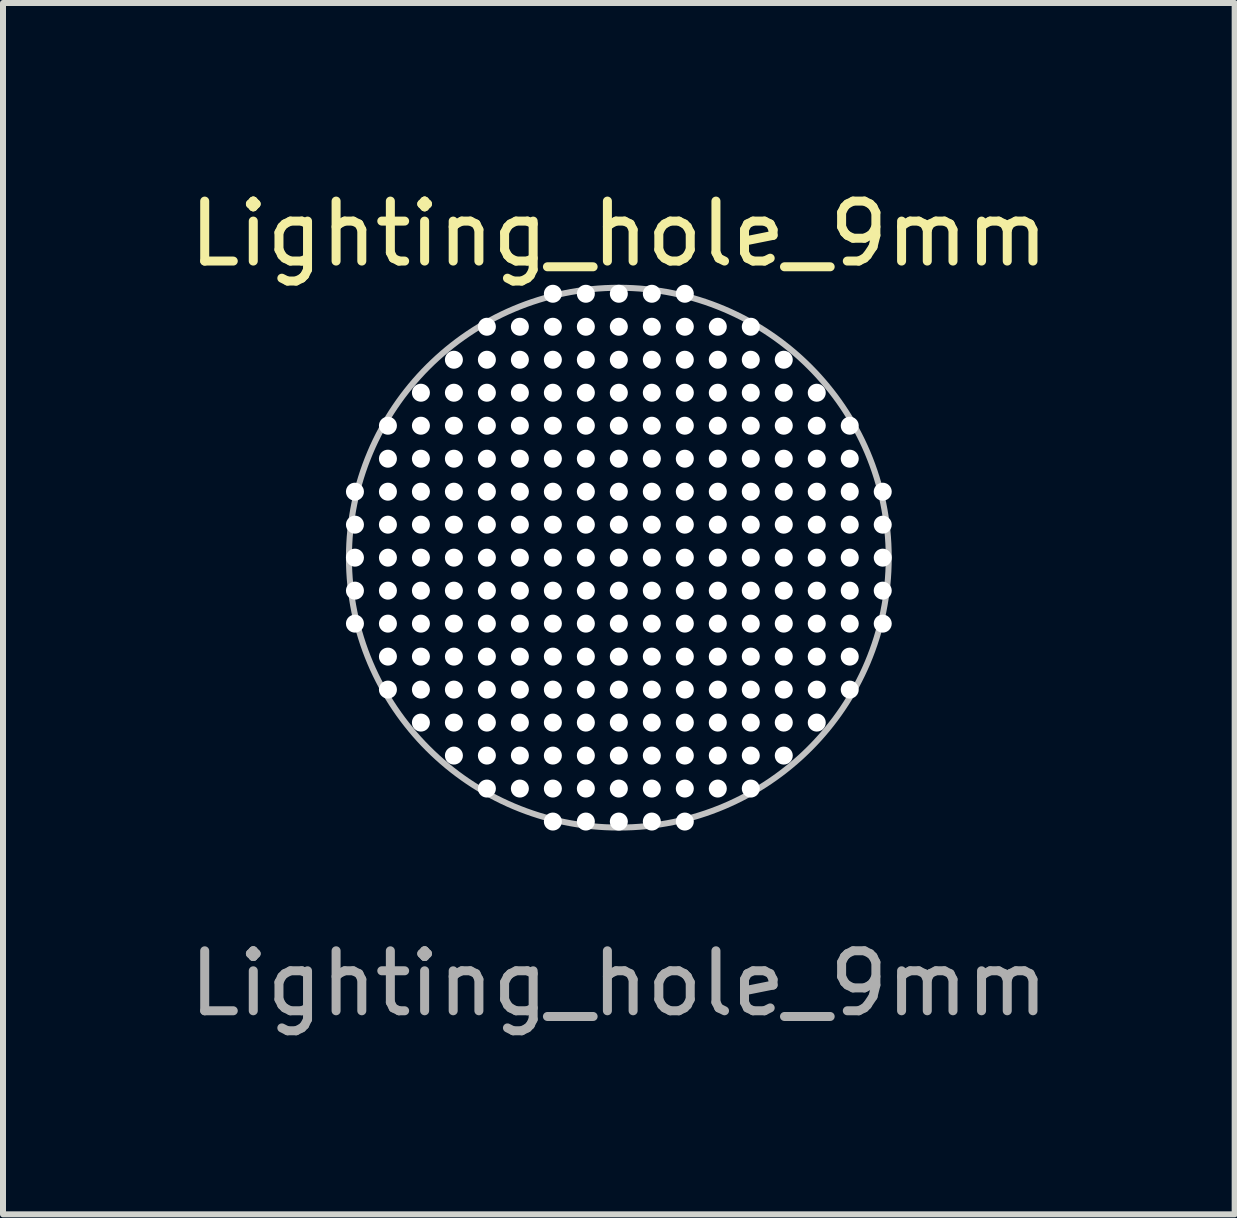
<source format=kicad_pcb>
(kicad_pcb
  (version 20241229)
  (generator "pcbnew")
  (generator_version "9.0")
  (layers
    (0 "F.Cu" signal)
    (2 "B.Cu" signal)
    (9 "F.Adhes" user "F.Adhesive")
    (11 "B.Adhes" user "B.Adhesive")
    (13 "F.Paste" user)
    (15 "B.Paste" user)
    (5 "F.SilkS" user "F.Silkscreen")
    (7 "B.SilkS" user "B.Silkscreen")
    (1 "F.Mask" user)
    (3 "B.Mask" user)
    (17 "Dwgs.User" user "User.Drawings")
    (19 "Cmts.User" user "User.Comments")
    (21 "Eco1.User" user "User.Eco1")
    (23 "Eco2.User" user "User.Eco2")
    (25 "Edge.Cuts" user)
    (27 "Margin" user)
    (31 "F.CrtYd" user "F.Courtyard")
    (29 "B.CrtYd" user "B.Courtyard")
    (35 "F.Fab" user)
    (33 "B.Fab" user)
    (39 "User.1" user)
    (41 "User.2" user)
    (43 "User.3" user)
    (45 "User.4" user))
  (footprint "Lighting_hole_9mm"
    (layer "F.Cu")
    (at 7.268 6.248)
    (property "Reference" "Lighting_hole_9mm" (at 0 -5.4 0) (unlocked yes) (layer "F.SilkS") (effects (font (size 1 1) (thickness 0.15))))
    (attr through_hole)
    (fp_circle (center 0 0) (end 4.5 0) (stroke (width 0.1) (type default)) (fill no) (layer "Dwgs.User"))
    (fp_text user "${REFERENCE}" (at 0 7.1 0) (unlocked yes) (layer "F.Fab") (effects (font (size 1 1) (thickness 0.15))))
    (pad "" np_thru_hole circle (at -4.4 -1.1 90) (size 0.3 0.3) (drill 0.3) (layers "*.Cu" "*.Mask"))
    (pad "" np_thru_hole circle (at -4.4 -0.55 180) (size 0.3 0.3) (drill 0.3) (layers "*.Cu" "*.Mask"))
    (pad "" np_thru_hole circle (at -4.4 0) (size 0.3 0.3) (drill 0.3) (layers "*.Cu" "*.Mask"))
    (pad "" np_thru_hole circle (at -4.4 0.55) (size 0.3 0.3) (drill 0.3) (layers "*.Cu" "*.Mask"))
    (pad "" np_thru_hole circle (at -4.4 1.1 90) (size 0.3 0.3) (drill 0.3) (layers "*.Cu" "*.Mask"))
    (pad "" np_thru_hole circle (at -3.85 -2.2 90) (size 0.3 0.3) (drill 0.3) (layers "*.Cu" "*.Mask"))
    (pad "" np_thru_hole circle (at -3.85 -1.65 180) (size 0.3 0.3) (drill 0.3) (layers "*.Cu" "*.Mask"))
    (pad "" np_thru_hole circle (at -3.85 -1.1 180) (size 0.3 0.3) (drill 0.3) (layers "*.Cu" "*.Mask"))
    (pad "" np_thru_hole circle (at -3.85 -0.55 180) (size 0.3 0.3) (drill 0.3) (layers "*.Cu" "*.Mask"))
    (pad "" np_thru_hole circle (at -3.85 0) (size 0.3 0.3) (drill 0.3) (layers "*.Cu" "*.Mask"))
    (pad "" np_thru_hole circle (at -3.85 0.55) (size 0.3 0.3) (drill 0.3) (layers "*.Cu" "*.Mask"))
    (pad "" np_thru_hole circle (at -3.85 1.1) (size 0.3 0.3) (drill 0.3) (layers "*.Cu" "*.Mask"))
    (pad "" np_thru_hole circle (at -3.85 1.65) (size 0.3 0.3) (drill 0.3) (layers "*.Cu" "*.Mask"))
    (pad "" np_thru_hole circle (at -3.85 2.2 90) (size 0.3 0.3) (drill 0.3) (layers "*.Cu" "*.Mask"))
    (pad "" np_thru_hole circle (at -3.3 -2.75 180) (size 0.3 0.3) (drill 0.3) (layers "*.Cu" "*.Mask"))
    (pad "" np_thru_hole circle (at -3.3 -2.2 180) (size 0.3 0.3) (drill 0.3) (layers "*.Cu" "*.Mask"))
    (pad "" np_thru_hole circle (at -3.3 -1.65 180) (size 0.3 0.3) (drill 0.3) (layers "*.Cu" "*.Mask"))
    (pad "" np_thru_hole circle (at -3.3 -1.1 180) (size 0.3 0.3) (drill 0.3) (layers "*.Cu" "*.Mask"))
    (pad "" np_thru_hole circle (at -3.3 -0.55 180) (size 0.3 0.3) (drill 0.3) (layers "*.Cu" "*.Mask"))
    (pad "" np_thru_hole circle (at -3.3 0) (size 0.3 0.3) (drill 0.3) (layers "*.Cu" "*.Mask"))
    (pad "" np_thru_hole circle (at -3.3 0.55) (size 0.3 0.3) (drill 0.3) (layers "*.Cu" "*.Mask"))
    (pad "" np_thru_hole circle (at -3.3 1.1) (size 0.3 0.3) (drill 0.3) (layers "*.Cu" "*.Mask"))
    (pad "" np_thru_hole circle (at -3.3 1.65) (size 0.3 0.3) (drill 0.3) (layers "*.Cu" "*.Mask"))
    (pad "" np_thru_hole circle (at -3.3 2.2) (size 0.3 0.3) (drill 0.3) (layers "*.Cu" "*.Mask"))
    (pad "" np_thru_hole circle (at -3.3 2.75) (size 0.3 0.3) (drill 0.3) (layers "*.Cu" "*.Mask"))
    (pad "" np_thru_hole circle (at -2.75 -3.3 180) (size 0.3 0.3) (drill 0.3) (layers "*.Cu" "*.Mask"))
    (pad "" np_thru_hole circle (at -2.75 -2.75 180) (size 0.3 0.3) (drill 0.3) (layers "*.Cu" "*.Mask"))
    (pad "" np_thru_hole circle (at -2.75 -2.2 180) (size 0.3 0.3) (drill 0.3) (layers "*.Cu" "*.Mask"))
    (pad "" np_thru_hole circle (at -2.75 -1.65 180) (size 0.3 0.3) (drill 0.3) (layers "*.Cu" "*.Mask"))
    (pad "" np_thru_hole circle (at -2.75 -1.1 180) (size 0.3 0.3) (drill 0.3) (layers "*.Cu" "*.Mask"))
    (pad "" np_thru_hole circle (at -2.75 -0.55 180) (size 0.3 0.3) (drill 0.3) (layers "*.Cu" "*.Mask"))
    (pad "" np_thru_hole circle (at -2.75 0) (size 0.3 0.3) (drill 0.3) (layers "*.Cu" "*.Mask"))
    (pad "" np_thru_hole circle (at -2.75 0.55) (size 0.3 0.3) (drill 0.3) (layers "*.Cu" "*.Mask"))
    (pad "" np_thru_hole circle (at -2.75 1.1) (size 0.3 0.3) (drill 0.3) (layers "*.Cu" "*.Mask"))
    (pad "" np_thru_hole circle (at -2.75 1.65) (size 0.3 0.3) (drill 0.3) (layers "*.Cu" "*.Mask"))
    (pad "" np_thru_hole circle (at -2.75 2.2) (size 0.3 0.3) (drill 0.3) (layers "*.Cu" "*.Mask"))
    (pad "" np_thru_hole circle (at -2.75 2.75) (size 0.3 0.3) (drill 0.3) (layers "*.Cu" "*.Mask"))
    (pad "" np_thru_hole circle (at -2.75 3.3) (size 0.3 0.3) (drill 0.3) (layers "*.Cu" "*.Mask"))
    (pad "" np_thru_hole circle (at -2.2 -3.85 180) (size 0.3 0.3) (drill 0.3) (layers "*.Cu" "*.Mask"))
    (pad "" np_thru_hole circle (at -2.2 -3.3 180) (size 0.3 0.3) (drill 0.3) (layers "*.Cu" "*.Mask"))
    (pad "" np_thru_hole circle (at -2.2 -2.75 180) (size 0.3 0.3) (drill 0.3) (layers "*.Cu" "*.Mask"))
    (pad "" np_thru_hole circle (at -2.2 -2.2 180) (size 0.3 0.3) (drill 0.3) (layers "*.Cu" "*.Mask"))
    (pad "" np_thru_hole circle (at -2.2 -1.65 180) (size 0.3 0.3) (drill 0.3) (layers "*.Cu" "*.Mask"))
    (pad "" np_thru_hole circle (at -2.2 -1.1 180) (size 0.3 0.3) (drill 0.3) (layers "*.Cu" "*.Mask"))
    (pad "" np_thru_hole circle (at -2.2 -0.55 180) (size 0.3 0.3) (drill 0.3) (layers "*.Cu" "*.Mask"))
    (pad "" np_thru_hole circle (at -2.2 0) (size 0.3 0.3) (drill 0.3) (layers "*.Cu" "*.Mask"))
    (pad "" np_thru_hole circle (at -2.2 0.55) (size 0.3 0.3) (drill 0.3) (layers "*.Cu" "*.Mask"))
    (pad "" np_thru_hole circle (at -2.2 1.1) (size 0.3 0.3) (drill 0.3) (layers "*.Cu" "*.Mask"))
    (pad "" np_thru_hole circle (at -2.2 1.65) (size 0.3 0.3) (drill 0.3) (layers "*.Cu" "*.Mask"))
    (pad "" np_thru_hole circle (at -2.2 2.2) (size 0.3 0.3) (drill 0.3) (layers "*.Cu" "*.Mask"))
    (pad "" np_thru_hole circle (at -2.2 2.75) (size 0.3 0.3) (drill 0.3) (layers "*.Cu" "*.Mask"))
    (pad "" np_thru_hole circle (at -2.2 3.3) (size 0.3 0.3) (drill 0.3) (layers "*.Cu" "*.Mask"))
    (pad "" np_thru_hole circle (at -2.2 3.85 180) (size 0.3 0.3) (drill 0.3) (layers "*.Cu" "*.Mask"))
    (pad "" np_thru_hole circle (at -1.65 -3.85 180) (size 0.3 0.3) (drill 0.3) (layers "*.Cu" "*.Mask"))
    (pad "" np_thru_hole circle (at -1.65 -3.3 180) (size 0.3 0.3) (drill 0.3) (layers "*.Cu" "*.Mask"))
    (pad "" np_thru_hole circle (at -1.65 -2.75 180) (size 0.3 0.3) (drill 0.3) (layers "*.Cu" "*.Mask"))
    (pad "" np_thru_hole circle (at -1.65 -2.2 180) (size 0.3 0.3) (drill 0.3) (layers "*.Cu" "*.Mask"))
    (pad "" np_thru_hole circle (at -1.65 -1.65 180) (size 0.3 0.3) (drill 0.3) (layers "*.Cu" "*.Mask"))
    (pad "" np_thru_hole circle (at -1.65 -1.1 180) (size 0.3 0.3) (drill 0.3) (layers "*.Cu" "*.Mask"))
    (pad "" np_thru_hole circle (at -1.65 -0.55 180) (size 0.3 0.3) (drill 0.3) (layers "*.Cu" "*.Mask"))
    (pad "" np_thru_hole circle (at -1.65 0) (size 0.3 0.3) (drill 0.3) (layers "*.Cu" "*.Mask"))
    (pad "" np_thru_hole circle (at -1.65 0.55) (size 0.3 0.3) (drill 0.3) (layers "*.Cu" "*.Mask"))
    (pad "" np_thru_hole circle (at -1.65 1.1) (size 0.3 0.3) (drill 0.3) (layers "*.Cu" "*.Mask"))
    (pad "" np_thru_hole circle (at -1.65 1.65) (size 0.3 0.3) (drill 0.3) (layers "*.Cu" "*.Mask"))
    (pad "" np_thru_hole circle (at -1.65 2.2) (size 0.3 0.3) (drill 0.3) (layers "*.Cu" "*.Mask"))
    (pad "" np_thru_hole circle (at -1.65 2.75) (size 0.3 0.3) (drill 0.3) (layers "*.Cu" "*.Mask"))
    (pad "" np_thru_hole circle (at -1.65 3.3) (size 0.3 0.3) (drill 0.3) (layers "*.Cu" "*.Mask"))
    (pad "" np_thru_hole circle (at -1.65 3.85) (size 0.3 0.3) (drill 0.3) (layers "*.Cu" "*.Mask"))
    (pad "" np_thru_hole circle (at -1.1 -4.4 180) (size 0.3 0.3) (drill 0.3) (layers "*.Cu" "*.Mask"))
    (pad "" np_thru_hole circle (at -1.1 -3.85 180) (size 0.3 0.3) (drill 0.3) (layers "*.Cu" "*.Mask"))
    (pad "" np_thru_hole circle (at -1.1 -3.3 180) (size 0.3 0.3) (drill 0.3) (layers "*.Cu" "*.Mask"))
    (pad "" np_thru_hole circle (at -1.1 -2.75 180) (size 0.3 0.3) (drill 0.3) (layers "*.Cu" "*.Mask"))
    (pad "" np_thru_hole circle (at -1.1 -2.2 180) (size 0.3 0.3) (drill 0.3) (layers "*.Cu" "*.Mask"))
    (pad "" np_thru_hole circle (at -1.1 -1.65 180) (size 0.3 0.3) (drill 0.3) (layers "*.Cu" "*.Mask"))
    (pad "" np_thru_hole circle (at -1.1 -1.1 180) (size 0.3 0.3) (drill 0.3) (layers "*.Cu" "*.Mask"))
    (pad "" np_thru_hole circle (at -1.1 -0.55 180) (size 0.3 0.3) (drill 0.3) (layers "*.Cu" "*.Mask"))
    (pad "" np_thru_hole circle (at -1.1 0) (size 0.3 0.3) (drill 0.3) (layers "*.Cu" "*.Mask"))
    (pad "" np_thru_hole circle (at -1.1 0.55) (size 0.3 0.3) (drill 0.3) (layers "*.Cu" "*.Mask"))
    (pad "" np_thru_hole circle (at -1.1 1.1) (size 0.3 0.3) (drill 0.3) (layers "*.Cu" "*.Mask"))
    (pad "" np_thru_hole circle (at -1.1 1.65) (size 0.3 0.3) (drill 0.3) (layers "*.Cu" "*.Mask"))
    (pad "" np_thru_hole circle (at -1.1 2.2) (size 0.3 0.3) (drill 0.3) (layers "*.Cu" "*.Mask"))
    (pad "" np_thru_hole circle (at -1.1 2.75) (size 0.3 0.3) (drill 0.3) (layers "*.Cu" "*.Mask"))
    (pad "" np_thru_hole circle (at -1.1 3.3) (size 0.3 0.3) (drill 0.3) (layers "*.Cu" "*.Mask"))
    (pad "" np_thru_hole circle (at -1.1 3.85) (size 0.3 0.3) (drill 0.3) (layers "*.Cu" "*.Mask"))
    (pad "" np_thru_hole circle (at -1.1 4.4 180) (size 0.3 0.3) (drill 0.3) (layers "*.Cu" "*.Mask"))
    (pad "" np_thru_hole circle (at -0.55 -4.4 180) (size 0.3 0.3) (drill 0.3) (layers "*.Cu" "*.Mask"))
    (pad "" np_thru_hole circle (at -0.55 -3.85 180) (size 0.3 0.3) (drill 0.3) (layers "*.Cu" "*.Mask"))
    (pad "" np_thru_hole circle (at -0.55 -3.3 180) (size 0.3 0.3) (drill 0.3) (layers "*.Cu" "*.Mask"))
    (pad "" np_thru_hole circle (at -0.55 -2.75 180) (size 0.3 0.3) (drill 0.3) (layers "*.Cu" "*.Mask"))
    (pad "" np_thru_hole circle (at -0.55 -2.2 180) (size 0.3 0.3) (drill 0.3) (layers "*.Cu" "*.Mask"))
    (pad "" np_thru_hole circle (at -0.55 -1.65 180) (size 0.3 0.3) (drill 0.3) (layers "*.Cu" "*.Mask"))
    (pad "" np_thru_hole circle (at -0.55 -1.1 180) (size 0.3 0.3) (drill 0.3) (layers "*.Cu" "*.Mask"))
    (pad "" np_thru_hole circle (at -0.55 -0.55 180) (size 0.3 0.3) (drill 0.3) (layers "*.Cu" "*.Mask"))
    (pad "" np_thru_hole circle (at -0.55 0) (size 0.3 0.3) (drill 0.3) (layers "*.Cu" "*.Mask"))
    (pad "" np_thru_hole circle (at -0.55 0.55) (size 0.3 0.3) (drill 0.3) (layers "*.Cu" "*.Mask"))
    (pad "" np_thru_hole circle (at -0.55 1.1) (size 0.3 0.3) (drill 0.3) (layers "*.Cu" "*.Mask"))
    (pad "" np_thru_hole circle (at -0.55 1.65) (size 0.3 0.3) (drill 0.3) (layers "*.Cu" "*.Mask"))
    (pad "" np_thru_hole circle (at -0.55 2.2) (size 0.3 0.3) (drill 0.3) (layers "*.Cu" "*.Mask"))
    (pad "" np_thru_hole circle (at -0.55 2.75) (size 0.3 0.3) (drill 0.3) (layers "*.Cu" "*.Mask"))
    (pad "" np_thru_hole circle (at -0.55 3.3) (size 0.3 0.3) (drill 0.3) (layers "*.Cu" "*.Mask"))
    (pad "" np_thru_hole circle (at -0.55 3.85) (size 0.3 0.3) (drill 0.3) (layers "*.Cu" "*.Mask"))
    (pad "" np_thru_hole circle (at -0.55 4.4) (size 0.3 0.3) (drill 0.3) (layers "*.Cu" "*.Mask"))
    (pad "" np_thru_hole circle (at 0 -4.4 180) (size 0.3 0.3) (drill 0.3) (layers "*.Cu" "*.Mask"))
    (pad "" np_thru_hole circle (at 0 -3.85 180) (size 0.3 0.3) (drill 0.3) (layers "*.Cu" "*.Mask"))
    (pad "" np_thru_hole circle (at 0 -3.3 180) (size 0.3 0.3) (drill 0.3) (layers "*.Cu" "*.Mask"))
    (pad "" np_thru_hole circle (at 0 -2.75 180) (size 0.3 0.3) (drill 0.3) (layers "*.Cu" "*.Mask"))
    (pad "" np_thru_hole circle (at 0 -2.2 180) (size 0.3 0.3) (drill 0.3) (layers "*.Cu" "*.Mask"))
    (pad "" np_thru_hole circle (at 0 -1.65 180) (size 0.3 0.3) (drill 0.3) (layers "*.Cu" "*.Mask"))
    (pad "" np_thru_hole circle (at 0 -1.1 180) (size 0.3 0.3) (drill 0.3) (layers "*.Cu" "*.Mask"))
    (pad "" np_thru_hole circle (at 0 -0.55 180) (size 0.3 0.3) (drill 0.3) (layers "*.Cu" "*.Mask"))
    (pad "" np_thru_hole circle (at 0 0) (size 0.3 0.3) (drill 0.3) (layers "*.Cu" "*.Mask"))
    (pad "" np_thru_hole circle (at 0 0.55) (size 0.3 0.3) (drill 0.3) (layers "*.Cu" "*.Mask"))
    (pad "" np_thru_hole circle (at 0 1.1) (size 0.3 0.3) (drill 0.3) (layers "*.Cu" "*.Mask"))
    (pad "" np_thru_hole circle (at 0 1.65) (size 0.3 0.3) (drill 0.3) (layers "*.Cu" "*.Mask"))
    (pad "" np_thru_hole circle (at 0 2.2) (size 0.3 0.3) (drill 0.3) (layers "*.Cu" "*.Mask"))
    (pad "" np_thru_hole circle (at 0 2.75) (size 0.3 0.3) (drill 0.3) (layers "*.Cu" "*.Mask"))
    (pad "" np_thru_hole circle (at 0 3.3) (size 0.3 0.3) (drill 0.3) (layers "*.Cu" "*.Mask"))
    (pad "" np_thru_hole circle (at 0 3.85) (size 0.3 0.3) (drill 0.3) (layers "*.Cu" "*.Mask"))
    (pad "" np_thru_hole circle (at 0 4.4) (size 0.3 0.3) (drill 0.3) (layers "*.Cu" "*.Mask"))
    (pad "" np_thru_hole circle (at 0.55 -4.4 180) (size 0.3 0.3) (drill 0.3) (layers "*.Cu" "*.Mask"))
    (pad "" np_thru_hole circle (at 0.55 -3.85 180) (size 0.3 0.3) (drill 0.3) (layers "*.Cu" "*.Mask"))
    (pad "" np_thru_hole circle (at 0.55 -3.3 180) (size 0.3 0.3) (drill 0.3) (layers "*.Cu" "*.Mask"))
    (pad "" np_thru_hole circle (at 0.55 -2.75 180) (size 0.3 0.3) (drill 0.3) (layers "*.Cu" "*.Mask"))
    (pad "" np_thru_hole circle (at 0.55 -2.2 180) (size 0.3 0.3) (drill 0.3) (layers "*.Cu" "*.Mask"))
    (pad "" np_thru_hole circle (at 0.55 -1.65 180) (size 0.3 0.3) (drill 0.3) (layers "*.Cu" "*.Mask"))
    (pad "" np_thru_hole circle (at 0.55 -1.1 180) (size 0.3 0.3) (drill 0.3) (layers "*.Cu" "*.Mask"))
    (pad "" np_thru_hole circle (at 0.55 -0.55 180) (size 0.3 0.3) (drill 0.3) (layers "*.Cu" "*.Mask"))
    (pad "" np_thru_hole circle (at 0.55 0) (size 0.3 0.3) (drill 0.3) (layers "*.Cu" "*.Mask"))
    (pad "" np_thru_hole circle (at 0.55 0.55) (size 0.3 0.3) (drill 0.3) (layers "*.Cu" "*.Mask"))
    (pad "" np_thru_hole circle (at 0.55 1.1) (size 0.3 0.3) (drill 0.3) (layers "*.Cu" "*.Mask"))
    (pad "" np_thru_hole circle (at 0.55 1.65) (size 0.3 0.3) (drill 0.3) (layers "*.Cu" "*.Mask"))
    (pad "" np_thru_hole circle (at 0.55 2.2) (size 0.3 0.3) (drill 0.3) (layers "*.Cu" "*.Mask"))
    (pad "" np_thru_hole circle (at 0.55 2.75) (size 0.3 0.3) (drill 0.3) (layers "*.Cu" "*.Mask"))
    (pad "" np_thru_hole circle (at 0.55 3.3) (size 0.3 0.3) (drill 0.3) (layers "*.Cu" "*.Mask"))
    (pad "" np_thru_hole circle (at 0.55 3.85) (size 0.3 0.3) (drill 0.3) (layers "*.Cu" "*.Mask"))
    (pad "" np_thru_hole circle (at 0.55 4.4) (size 0.3 0.3) (drill 0.3) (layers "*.Cu" "*.Mask"))
    (pad "" np_thru_hole circle (at 1.1 -4.4 180) (size 0.3 0.3) (drill 0.3) (layers "*.Cu" "*.Mask"))
    (pad "" np_thru_hole circle (at 1.1 -3.85 180) (size 0.3 0.3) (drill 0.3) (layers "*.Cu" "*.Mask"))
    (pad "" np_thru_hole circle (at 1.1 -3.3 180) (size 0.3 0.3) (drill 0.3) (layers "*.Cu" "*.Mask"))
    (pad "" np_thru_hole circle (at 1.1 -2.75 180) (size 0.3 0.3) (drill 0.3) (layers "*.Cu" "*.Mask"))
    (pad "" np_thru_hole circle (at 1.1 -2.2 180) (size 0.3 0.3) (drill 0.3) (layers "*.Cu" "*.Mask"))
    (pad "" np_thru_hole circle (at 1.1 -1.65 180) (size 0.3 0.3) (drill 0.3) (layers "*.Cu" "*.Mask"))
    (pad "" np_thru_hole circle (at 1.1 -1.1 180) (size 0.3 0.3) (drill 0.3) (layers "*.Cu" "*.Mask"))
    (pad "" np_thru_hole circle (at 1.1 -0.55 180) (size 0.3 0.3) (drill 0.3) (layers "*.Cu" "*.Mask"))
    (pad "" np_thru_hole circle (at 1.1 0) (size 0.3 0.3) (drill 0.3) (layers "*.Cu" "*.Mask"))
    (pad "" np_thru_hole circle (at 1.1 0.55) (size 0.3 0.3) (drill 0.3) (layers "*.Cu" "*.Mask"))
    (pad "" np_thru_hole circle (at 1.1 1.1) (size 0.3 0.3) (drill 0.3) (layers "*.Cu" "*.Mask"))
    (pad "" np_thru_hole circle (at 1.1 1.65) (size 0.3 0.3) (drill 0.3) (layers "*.Cu" "*.Mask"))
    (pad "" np_thru_hole circle (at 1.1 2.2) (size 0.3 0.3) (drill 0.3) (layers "*.Cu" "*.Mask"))
    (pad "" np_thru_hole circle (at 1.1 2.75) (size 0.3 0.3) (drill 0.3) (layers "*.Cu" "*.Mask"))
    (pad "" np_thru_hole circle (at 1.1 3.3) (size 0.3 0.3) (drill 0.3) (layers "*.Cu" "*.Mask"))
    (pad "" np_thru_hole circle (at 1.1 3.85) (size 0.3 0.3) (drill 0.3) (layers "*.Cu" "*.Mask"))
    (pad "" np_thru_hole circle (at 1.1 4.4 180) (size 0.3 0.3) (drill 0.3) (layers "*.Cu" "*.Mask"))
    (pad "" np_thru_hole circle (at 1.65 -3.85 180) (size 0.3 0.3) (drill 0.3) (layers "*.Cu" "*.Mask"))
    (pad "" np_thru_hole circle (at 1.65 -3.3 180) (size 0.3 0.3) (drill 0.3) (layers "*.Cu" "*.Mask"))
    (pad "" np_thru_hole circle (at 1.65 -2.75 180) (size 0.3 0.3) (drill 0.3) (layers "*.Cu" "*.Mask"))
    (pad "" np_thru_hole circle (at 1.65 -2.2 180) (size 0.3 0.3) (drill 0.3) (layers "*.Cu" "*.Mask"))
    (pad "" np_thru_hole circle (at 1.65 -1.65 180) (size 0.3 0.3) (drill 0.3) (layers "*.Cu" "*.Mask"))
    (pad "" np_thru_hole circle (at 1.65 -1.1 180) (size 0.3 0.3) (drill 0.3) (layers "*.Cu" "*.Mask"))
    (pad "" np_thru_hole circle (at 1.65 -0.55 180) (size 0.3 0.3) (drill 0.3) (layers "*.Cu" "*.Mask"))
    (pad "" np_thru_hole circle (at 1.65 0) (size 0.3 0.3) (drill 0.3) (layers "*.Cu" "*.Mask"))
    (pad "" np_thru_hole circle (at 1.65 0.55) (size 0.3 0.3) (drill 0.3) (layers "*.Cu" "*.Mask"))
    (pad "" np_thru_hole circle (at 1.65 1.1) (size 0.3 0.3) (drill 0.3) (layers "*.Cu" "*.Mask"))
    (pad "" np_thru_hole circle (at 1.65 1.65) (size 0.3 0.3) (drill 0.3) (layers "*.Cu" "*.Mask"))
    (pad "" np_thru_hole circle (at 1.65 2.2) (size 0.3 0.3) (drill 0.3) (layers "*.Cu" "*.Mask"))
    (pad "" np_thru_hole circle (at 1.65 2.75) (size 0.3 0.3) (drill 0.3) (layers "*.Cu" "*.Mask"))
    (pad "" np_thru_hole circle (at 1.65 3.3) (size 0.3 0.3) (drill 0.3) (layers "*.Cu" "*.Mask"))
    (pad "" np_thru_hole circle (at 1.65 3.85) (size 0.3 0.3) (drill 0.3) (layers "*.Cu" "*.Mask"))
    (pad "" np_thru_hole circle (at 2.2 -3.85 180) (size 0.3 0.3) (drill 0.3) (layers "*.Cu" "*.Mask"))
    (pad "" np_thru_hole circle (at 2.2 -3.3 180) (size 0.3 0.3) (drill 0.3) (layers "*.Cu" "*.Mask"))
    (pad "" np_thru_hole circle (at 2.2 -2.75 180) (size 0.3 0.3) (drill 0.3) (layers "*.Cu" "*.Mask"))
    (pad "" np_thru_hole circle (at 2.2 -2.2 180) (size 0.3 0.3) (drill 0.3) (layers "*.Cu" "*.Mask"))
    (pad "" np_thru_hole circle (at 2.2 -1.65 180) (size 0.3 0.3) (drill 0.3) (layers "*.Cu" "*.Mask"))
    (pad "" np_thru_hole circle (at 2.2 -1.1 180) (size 0.3 0.3) (drill 0.3) (layers "*.Cu" "*.Mask"))
    (pad "" np_thru_hole circle (at 2.2 -0.55 180) (size 0.3 0.3) (drill 0.3) (layers "*.Cu" "*.Mask"))
    (pad "" np_thru_hole circle (at 2.2 0) (size 0.3 0.3) (drill 0.3) (layers "*.Cu" "*.Mask"))
    (pad "" np_thru_hole circle (at 2.2 0.55) (size 0.3 0.3) (drill 0.3) (layers "*.Cu" "*.Mask"))
    (pad "" np_thru_hole circle (at 2.2 1.1) (size 0.3 0.3) (drill 0.3) (layers "*.Cu" "*.Mask"))
    (pad "" np_thru_hole circle (at 2.2 1.65) (size 0.3 0.3) (drill 0.3) (layers "*.Cu" "*.Mask"))
    (pad "" np_thru_hole circle (at 2.2 2.2) (size 0.3 0.3) (drill 0.3) (layers "*.Cu" "*.Mask"))
    (pad "" np_thru_hole circle (at 2.2 2.75) (size 0.3 0.3) (drill 0.3) (layers "*.Cu" "*.Mask"))
    (pad "" np_thru_hole circle (at 2.2 3.3) (size 0.3 0.3) (drill 0.3) (layers "*.Cu" "*.Mask"))
    (pad "" np_thru_hole circle (at 2.2 3.85 180) (size 0.3 0.3) (drill 0.3) (layers "*.Cu" "*.Mask"))
    (pad "" np_thru_hole circle (at 2.75 -3.3 180) (size 0.3 0.3) (drill 0.3) (layers "*.Cu" "*.Mask"))
    (pad "" np_thru_hole circle (at 2.75 -2.75 180) (size 0.3 0.3) (drill 0.3) (layers "*.Cu" "*.Mask"))
    (pad "" np_thru_hole circle (at 2.75 -2.2 180) (size 0.3 0.3) (drill 0.3) (layers "*.Cu" "*.Mask"))
    (pad "" np_thru_hole circle (at 2.75 -1.65 180) (size 0.3 0.3) (drill 0.3) (layers "*.Cu" "*.Mask"))
    (pad "" np_thru_hole circle (at 2.75 -1.1 180) (size 0.3 0.3) (drill 0.3) (layers "*.Cu" "*.Mask"))
    (pad "" np_thru_hole circle (at 2.75 -0.55 180) (size 0.3 0.3) (drill 0.3) (layers "*.Cu" "*.Mask"))
    (pad "" np_thru_hole circle (at 2.75 0) (size 0.3 0.3) (drill 0.3) (layers "*.Cu" "*.Mask"))
    (pad "" np_thru_hole circle (at 2.75 0.55) (size 0.3 0.3) (drill 0.3) (layers "*.Cu" "*.Mask"))
    (pad "" np_thru_hole circle (at 2.75 1.1) (size 0.3 0.3) (drill 0.3) (layers "*.Cu" "*.Mask"))
    (pad "" np_thru_hole circle (at 2.75 1.65) (size 0.3 0.3) (drill 0.3) (layers "*.Cu" "*.Mask"))
    (pad "" np_thru_hole circle (at 2.75 2.2) (size 0.3 0.3) (drill 0.3) (layers "*.Cu" "*.Mask"))
    (pad "" np_thru_hole circle (at 2.75 2.75) (size 0.3 0.3) (drill 0.3) (layers "*.Cu" "*.Mask"))
    (pad "" np_thru_hole circle (at 2.75 3.3) (size 0.3 0.3) (drill 0.3) (layers "*.Cu" "*.Mask"))
    (pad "" np_thru_hole circle (at 3.3 -2.75 180) (size 0.3 0.3) (drill 0.3) (layers "*.Cu" "*.Mask"))
    (pad "" np_thru_hole circle (at 3.3 -2.2 180) (size 0.3 0.3) (drill 0.3) (layers "*.Cu" "*.Mask"))
    (pad "" np_thru_hole circle (at 3.3 -1.65 180) (size 0.3 0.3) (drill 0.3) (layers "*.Cu" "*.Mask"))
    (pad "" np_thru_hole circle (at 3.3 -1.1 180) (size 0.3 0.3) (drill 0.3) (layers "*.Cu" "*.Mask"))
    (pad "" np_thru_hole circle (at 3.3 -0.55 180) (size 0.3 0.3) (drill 0.3) (layers "*.Cu" "*.Mask"))
    (pad "" np_thru_hole circle (at 3.3 0) (size 0.3 0.3) (drill 0.3) (layers "*.Cu" "*.Mask"))
    (pad "" np_thru_hole circle (at 3.3 0.55) (size 0.3 0.3) (drill 0.3) (layers "*.Cu" "*.Mask"))
    (pad "" np_thru_hole circle (at 3.3 1.1) (size 0.3 0.3) (drill 0.3) (layers "*.Cu" "*.Mask"))
    (pad "" np_thru_hole circle (at 3.3 1.65) (size 0.3 0.3) (drill 0.3) (layers "*.Cu" "*.Mask"))
    (pad "" np_thru_hole circle (at 3.3 2.2) (size 0.3 0.3) (drill 0.3) (layers "*.Cu" "*.Mask"))
    (pad "" np_thru_hole circle (at 3.3 2.75) (size 0.3 0.3) (drill 0.3) (layers "*.Cu" "*.Mask"))
    (pad "" np_thru_hole circle (at 3.85 -2.2 270) (size 0.3 0.3) (drill 0.3) (layers "*.Cu" "*.Mask"))
    (pad "" np_thru_hole circle (at 3.85 -1.65 180) (size 0.3 0.3) (drill 0.3) (layers "*.Cu" "*.Mask"))
    (pad "" np_thru_hole circle (at 3.85 -1.1 180) (size 0.3 0.3) (drill 0.3) (layers "*.Cu" "*.Mask"))
    (pad "" np_thru_hole circle (at 3.85 -0.55 180) (size 0.3 0.3) (drill 0.3) (layers "*.Cu" "*.Mask"))
    (pad "" np_thru_hole circle (at 3.85 0) (size 0.3 0.3) (drill 0.3) (layers "*.Cu" "*.Mask"))
    (pad "" np_thru_hole circle (at 3.85 0.55) (size 0.3 0.3) (drill 0.3) (layers "*.Cu" "*.Mask"))
    (pad "" np_thru_hole circle (at 3.85 1.1) (size 0.3 0.3) (drill 0.3) (layers "*.Cu" "*.Mask"))
    (pad "" np_thru_hole circle (at 3.85 1.65) (size 0.3 0.3) (drill 0.3) (layers "*.Cu" "*.Mask"))
    (pad "" np_thru_hole circle (at 3.85 2.2 270) (size 0.3 0.3) (drill 0.3) (layers "*.Cu" "*.Mask"))
    (pad "" np_thru_hole circle (at 4.4 -1.1 270) (size 0.3 0.3) (drill 0.3) (layers "*.Cu" "*.Mask"))
    (pad "" np_thru_hole circle (at 4.4 -0.55 180) (size 0.3 0.3) (drill 0.3) (layers "*.Cu" "*.Mask"))
    (pad "" np_thru_hole circle (at 4.4 0) (size 0.3 0.3) (drill 0.3) (layers "*.Cu" "*.Mask"))
    (pad "" np_thru_hole circle (at 4.4 0.55) (size 0.3 0.3) (drill 0.3) (layers "*.Cu" "*.Mask"))
    (pad "" np_thru_hole circle (at 4.4 1.1 270) (size 0.3 0.3) (drill 0.3) (layers "*.Cu" "*.Mask")))
  (gr_rect
    (start -3 -3)
    (end 17.536 17.197)
    (stroke (width 0.1) (type default))
    (fill no)
    (layer "Edge.Cuts")))
</source>
